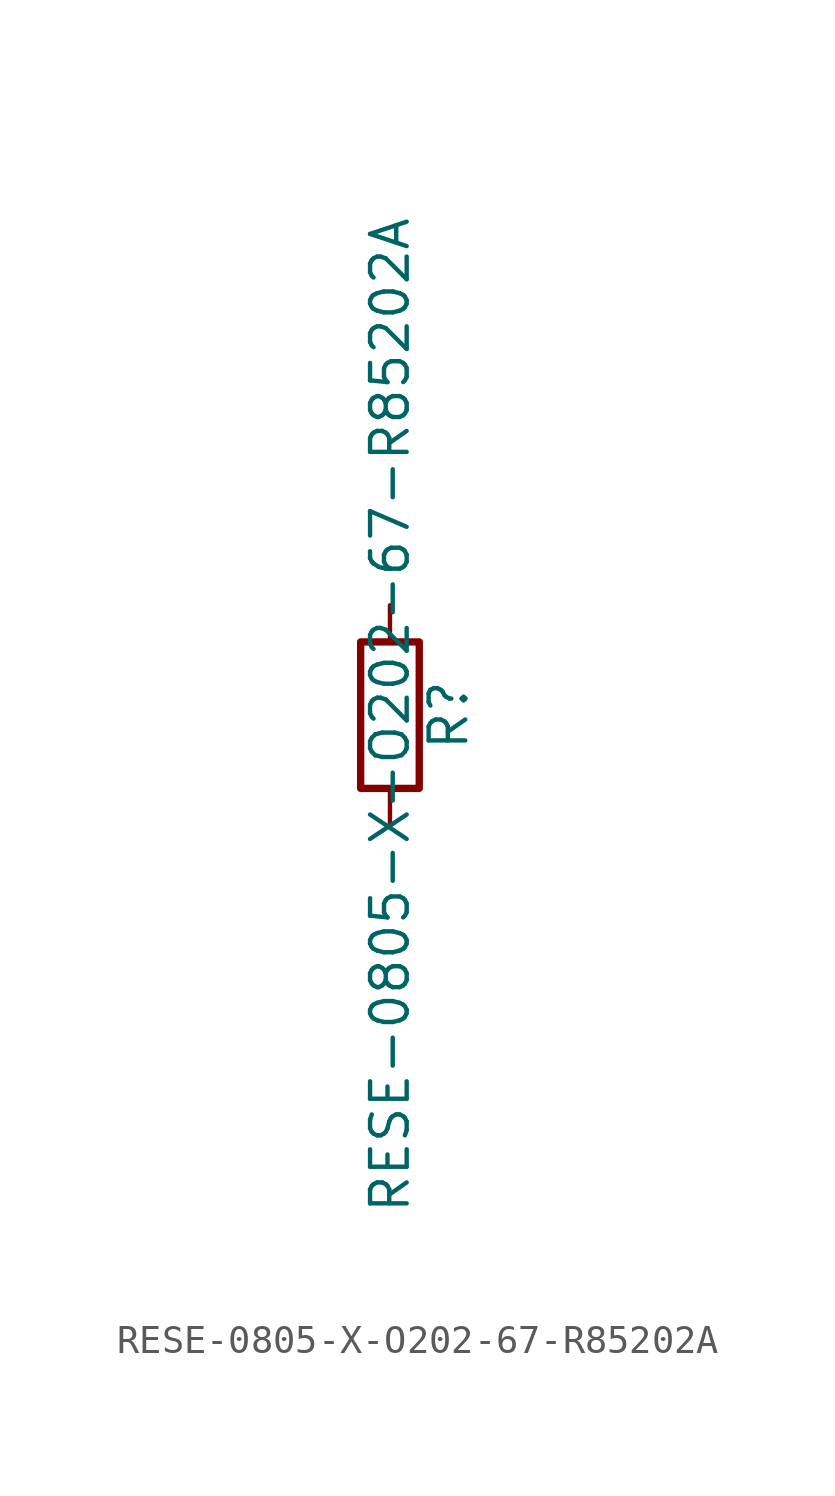
<source format=kicad_sym>
(kicad_symbol_lib
  (version 20211014)
  (generator kicad_symbol_editor)
  (symbol "RESE-0805-X-O202-67-R85202A"
    (pin_numbers hide)
    (pin_names
      (offset 0))
    (property "Reference" "R"
      (at 2.032 0 90)
      (effects (font (size 1.27 1.27))))
    (property "Value" "RESE-0805-X-O202-67-R85202A"
      (at 0 0 90)
      (effects (font (size 1.27 1.27))))
    (symbol "RESE-0805-X-O202-67-R85202A_0_1"
      (rectangle (start -1.016 -2.54) (end 1.016 2.54) (stroke (width 0.254) (type default) (color 0 0 0 0)) (fill (type none))))
    (symbol "RESE-0805-X-O202-67-R85202A_1_1"
      (pin passive line (at 0 3.81 270) (length 1.27) (name "~" (effects (font (size 1.27 1.27)))) (number "1" (effects (font (size 1.27 1.27)))))
      (pin passive line (at 0 -3.81 90) (length 1.27) (name "~" (effects (font (size 1.27 1.27)))) (number "2" (effects (font (size 1.27 1.27))))))))
</source>
